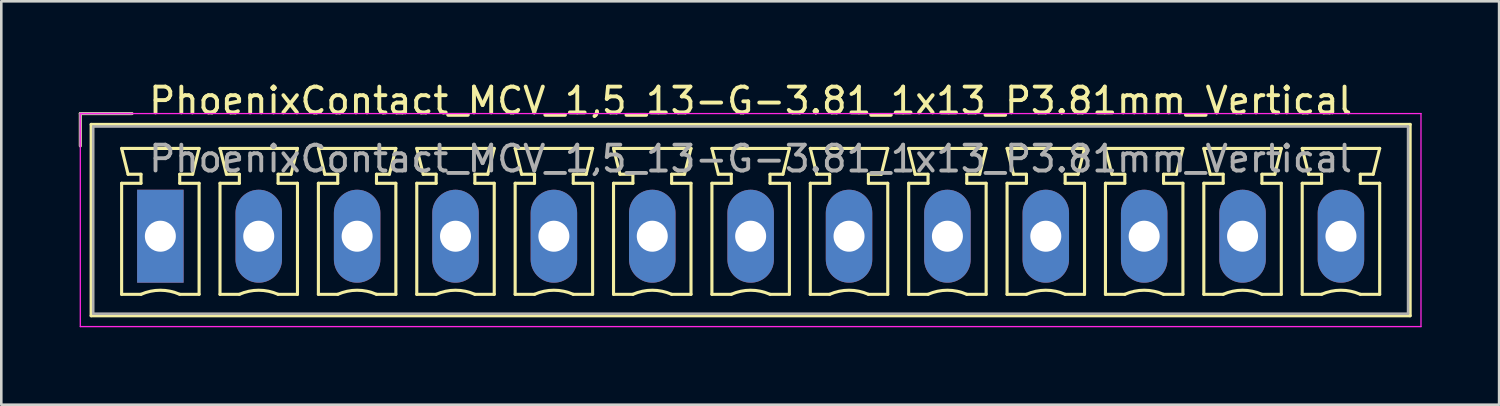
<source format=kicad_pcb>
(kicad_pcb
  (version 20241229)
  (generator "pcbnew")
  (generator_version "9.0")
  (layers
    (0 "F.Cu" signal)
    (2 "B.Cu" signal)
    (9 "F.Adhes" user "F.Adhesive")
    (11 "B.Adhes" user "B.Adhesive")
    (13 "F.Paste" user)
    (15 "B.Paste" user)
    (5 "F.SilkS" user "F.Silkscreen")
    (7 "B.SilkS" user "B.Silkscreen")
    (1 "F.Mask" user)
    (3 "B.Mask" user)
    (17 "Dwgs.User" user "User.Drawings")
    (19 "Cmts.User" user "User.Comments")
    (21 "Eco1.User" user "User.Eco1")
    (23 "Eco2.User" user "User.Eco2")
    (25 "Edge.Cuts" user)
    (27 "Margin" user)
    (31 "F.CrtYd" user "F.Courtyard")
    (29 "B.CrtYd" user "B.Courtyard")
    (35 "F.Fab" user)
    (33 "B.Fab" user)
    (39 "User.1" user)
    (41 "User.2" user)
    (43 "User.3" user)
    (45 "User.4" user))
  (footprint "PhoenixContact_MCV_1,5_13-G-3.81_1x13_P3.81mm_Vertical"
    (layer "F.Cu")
    (at 3.16 6.098)
    (property "Reference" "PhoenixContact_MCV_1,5_13-G-3.81_1x13_P3.81mm_Vertical" (at 22.86 -5.25 0) (layer "F.SilkS") (effects (font (size 1 1) (thickness 0.15))))
    (attr through_hole)
    (fp_line (start -3.1 -4.75) (end -1.1 -4.75) (stroke (width 0.12) (type solid)) (layer "F.SilkS"))
    (fp_line (start -3.1 -3.5) (end -3.1 -4.75) (stroke (width 0.12) (type solid)) (layer "F.SilkS"))
    (fp_line (start -2.68 -4.33) (end -2.68 3.08) (stroke (width 0.12) (type solid)) (layer "F.SilkS"))
    (fp_line (start -2.68 3.08) (end 48.4 3.08) (stroke (width 0.12) (type solid)) (layer "F.SilkS"))
    (fp_line (start -1.5 -3.4) (end 1.5 -3.4) (stroke (width 0.12) (type solid)) (layer "F.SilkS"))
    (fp_line (start -1.5 -2.05) (end -0.75 -2.05) (stroke (width 0.12) (type solid)) (layer "F.SilkS"))
    (fp_line (start -1.5 2.25) (end -1.5 -2.05) (stroke (width 0.12) (type solid)) (layer "F.SilkS"))
    (fp_line (start -1.25 -2.4) (end -1.5 -3.4) (stroke (width 0.12) (type solid)) (layer "F.SilkS"))
    (fp_line (start -0.75 -2.4) (end -1.25 -2.4) (stroke (width 0.12) (type solid)) (layer "F.SilkS"))
    (fp_line (start -0.75 -2.05) (end -0.75 -2.4) (stroke (width 0.12) (type solid)) (layer "F.SilkS"))
    (fp_line (start -0.75 2.25) (end -1.5 2.25) (stroke (width 0.12) (type solid)) (layer "F.SilkS"))
    (fp_line (start 0.75 -2.4) (end 0.75 -2.05) (stroke (width 0.12) (type solid)) (layer "F.SilkS"))
    (fp_line (start 0.75 -2.05) (end 1.5 -2.05) (stroke (width 0.12) (type solid)) (layer "F.SilkS"))
    (fp_line (start 1.25 -2.4) (end 0.75 -2.4) (stroke (width 0.12) (type solid)) (layer "F.SilkS"))
    (fp_line (start 1.5 -3.4) (end 1.25 -2.4) (stroke (width 0.12) (type solid)) (layer "F.SilkS"))
    (fp_line (start 1.5 -2.05) (end 1.5 2.25) (stroke (width 0.12) (type solid)) (layer "F.SilkS"))
    (fp_line (start 1.5 2.25) (end 0.75 2.25) (stroke (width 0.12) (type solid)) (layer "F.SilkS"))
    (fp_line (start 2.31 -3.4) (end 5.31 -3.4) (stroke (width 0.12) (type solid)) (layer "F.SilkS"))
    (fp_line (start 2.31 -2.05) (end 3.06 -2.05) (stroke (width 0.12) (type solid)) (layer "F.SilkS"))
    (fp_line (start 2.31 2.25) (end 2.31 -2.05) (stroke (width 0.12) (type solid)) (layer "F.SilkS"))
    (fp_line (start 2.56 -2.4) (end 2.31 -3.4) (stroke (width 0.12) (type solid)) (layer "F.SilkS"))
    (fp_line (start 3.06 -2.4) (end 2.56 -2.4) (stroke (width 0.12) (type solid)) (layer "F.SilkS"))
    (fp_line (start 3.06 -2.05) (end 3.06 -2.4) (stroke (width 0.12) (type solid)) (layer "F.SilkS"))
    (fp_line (start 3.06 2.25) (end 2.31 2.25) (stroke (width 0.12) (type solid)) (layer "F.SilkS"))
    (fp_line (start 4.56 -2.4) (end 4.56 -2.05) (stroke (width 0.12) (type solid)) (layer "F.SilkS"))
    (fp_line (start 4.56 -2.05) (end 5.31 -2.05) (stroke (width 0.12) (type solid)) (layer "F.SilkS"))
    (fp_line (start 5.06 -2.4) (end 4.56 -2.4) (stroke (width 0.12) (type solid)) (layer "F.SilkS"))
    (fp_line (start 5.31 -3.4) (end 5.06 -2.4) (stroke (width 0.12) (type solid)) (layer "F.SilkS"))
    (fp_line (start 5.31 -2.05) (end 5.31 2.25) (stroke (width 0.12) (type solid)) (layer "F.SilkS"))
    (fp_line (start 5.31 2.25) (end 4.56 2.25) (stroke (width 0.12) (type solid)) (layer "F.SilkS"))
    (fp_line (start 6.12 -3.4) (end 9.12 -3.4) (stroke (width 0.12) (type solid)) (layer "F.SilkS"))
    (fp_line (start 6.12 -2.05) (end 6.87 -2.05) (stroke (width 0.12) (type solid)) (layer "F.SilkS"))
    (fp_line (start 6.12 2.25) (end 6.12 -2.05) (stroke (width 0.12) (type solid)) (layer "F.SilkS"))
    (fp_line (start 6.37 -2.4) (end 6.12 -3.4) (stroke (width 0.12) (type solid)) (layer "F.SilkS"))
    (fp_line (start 6.87 -2.4) (end 6.37 -2.4) (stroke (width 0.12) (type solid)) (layer "F.SilkS"))
    (fp_line (start 6.87 -2.05) (end 6.87 -2.4) (stroke (width 0.12) (type solid)) (layer "F.SilkS"))
    (fp_line (start 6.87 2.25) (end 6.12 2.25) (stroke (width 0.12) (type solid)) (layer "F.SilkS"))
    (fp_line (start 8.37 -2.4) (end 8.37 -2.05) (stroke (width 0.12) (type solid)) (layer "F.SilkS"))
    (fp_line (start 8.37 -2.05) (end 9.12 -2.05) (stroke (width 0.12) (type solid)) (layer "F.SilkS"))
    (fp_line (start 8.87 -2.4) (end 8.37 -2.4) (stroke (width 0.12) (type solid)) (layer "F.SilkS"))
    (fp_line (start 9.12 -3.4) (end 8.87 -2.4) (stroke (width 0.12) (type solid)) (layer "F.SilkS"))
    (fp_line (start 9.12 -2.05) (end 9.12 2.25) (stroke (width 0.12) (type solid)) (layer "F.SilkS"))
    (fp_line (start 9.12 2.25) (end 8.37 2.25) (stroke (width 0.12) (type solid)) (layer "F.SilkS"))
    (fp_line (start 9.93 -3.4) (end 12.93 -3.4) (stroke (width 0.12) (type solid)) (layer "F.SilkS"))
    (fp_line (start 9.93 -2.05) (end 10.68 -2.05) (stroke (width 0.12) (type solid)) (layer "F.SilkS"))
    (fp_line (start 9.93 2.25) (end 9.93 -2.05) (stroke (width 0.12) (type solid)) (layer "F.SilkS"))
    (fp_line (start 10.18 -2.4) (end 9.93 -3.4) (stroke (width 0.12) (type solid)) (layer "F.SilkS"))
    (fp_line (start 10.68 -2.4) (end 10.18 -2.4) (stroke (width 0.12) (type solid)) (layer "F.SilkS"))
    (fp_line (start 10.68 -2.05) (end 10.68 -2.4) (stroke (width 0.12) (type solid)) (layer "F.SilkS"))
    (fp_line (start 10.68 2.25) (end 9.93 2.25) (stroke (width 0.12) (type solid)) (layer "F.SilkS"))
    (fp_line (start 12.18 -2.4) (end 12.18 -2.05) (stroke (width 0.12) (type solid)) (layer "F.SilkS"))
    (fp_line (start 12.18 -2.05) (end 12.93 -2.05) (stroke (width 0.12) (type solid)) (layer "F.SilkS"))
    (fp_line (start 12.68 -2.4) (end 12.18 -2.4) (stroke (width 0.12) (type solid)) (layer "F.SilkS"))
    (fp_line (start 12.93 -3.4) (end 12.68 -2.4) (stroke (width 0.12) (type solid)) (layer "F.SilkS"))
    (fp_line (start 12.93 -2.05) (end 12.93 2.25) (stroke (width 0.12) (type solid)) (layer "F.SilkS"))
    (fp_line (start 12.93 2.25) (end 12.18 2.25) (stroke (width 0.12) (type solid)) (layer "F.SilkS"))
    (fp_line (start 13.74 -3.4) (end 16.74 -3.4) (stroke (width 0.12) (type solid)) (layer "F.SilkS"))
    (fp_line (start 13.74 -2.05) (end 14.49 -2.05) (stroke (width 0.12) (type solid)) (layer "F.SilkS"))
    (fp_line (start 13.74 2.25) (end 13.74 -2.05) (stroke (width 0.12) (type solid)) (layer "F.SilkS"))
    (fp_line (start 13.99 -2.4) (end 13.74 -3.4) (stroke (width 0.12) (type solid)) (layer "F.SilkS"))
    (fp_line (start 14.49 -2.4) (end 13.99 -2.4) (stroke (width 0.12) (type solid)) (layer "F.SilkS"))
    (fp_line (start 14.49 -2.05) (end 14.49 -2.4) (stroke (width 0.12) (type solid)) (layer "F.SilkS"))
    (fp_line (start 14.49 2.25) (end 13.74 2.25) (stroke (width 0.12) (type solid)) (layer "F.SilkS"))
    (fp_line (start 15.99 -2.4) (end 15.99 -2.05) (stroke (width 0.12) (type solid)) (layer "F.SilkS"))
    (fp_line (start 15.99 -2.05) (end 16.74 -2.05) (stroke (width 0.12) (type solid)) (layer "F.SilkS"))
    (fp_line (start 16.49 -2.4) (end 15.99 -2.4) (stroke (width 0.12) (type solid)) (layer "F.SilkS"))
    (fp_line (start 16.74 -3.4) (end 16.49 -2.4) (stroke (width 0.12) (type solid)) (layer "F.SilkS"))
    (fp_line (start 16.74 -2.05) (end 16.74 2.25) (stroke (width 0.12) (type solid)) (layer "F.SilkS"))
    (fp_line (start 16.74 2.25) (end 15.99 2.25) (stroke (width 0.12) (type solid)) (layer "F.SilkS"))
    (fp_line (start 17.55 -3.4) (end 20.55 -3.4) (stroke (width 0.12) (type solid)) (layer "F.SilkS"))
    (fp_line (start 17.55 -2.05) (end 18.3 -2.05) (stroke (width 0.12) (type solid)) (layer "F.SilkS"))
    (fp_line (start 17.55 2.25) (end 17.55 -2.05) (stroke (width 0.12) (type solid)) (layer "F.SilkS"))
    (fp_line (start 17.8 -2.4) (end 17.55 -3.4) (stroke (width 0.12) (type solid)) (layer "F.SilkS"))
    (fp_line (start 18.3 -2.4) (end 17.8 -2.4) (stroke (width 0.12) (type solid)) (layer "F.SilkS"))
    (fp_line (start 18.3 -2.05) (end 18.3 -2.4) (stroke (width 0.12) (type solid)) (layer "F.SilkS"))
    (fp_line (start 18.3 2.25) (end 17.55 2.25) (stroke (width 0.12) (type solid)) (layer "F.SilkS"))
    (fp_line (start 19.8 -2.4) (end 19.8 -2.05) (stroke (width 0.12) (type solid)) (layer "F.SilkS"))
    (fp_line (start 19.8 -2.05) (end 20.55 -2.05) (stroke (width 0.12) (type solid)) (layer "F.SilkS"))
    (fp_line (start 20.3 -2.4) (end 19.8 -2.4) (stroke (width 0.12) (type solid)) (layer "F.SilkS"))
    (fp_line (start 20.55 -3.4) (end 20.3 -2.4) (stroke (width 0.12) (type solid)) (layer "F.SilkS"))
    (fp_line (start 20.55 -2.05) (end 20.55 2.25) (stroke (width 0.12) (type solid)) (layer "F.SilkS"))
    (fp_line (start 20.55 2.25) (end 19.8 2.25) (stroke (width 0.12) (type solid)) (layer "F.SilkS"))
    (fp_line (start 21.36 -3.4) (end 24.36 -3.4) (stroke (width 0.12) (type solid)) (layer "F.SilkS"))
    (fp_line (start 21.36 -2.05) (end 22.11 -2.05) (stroke (width 0.12) (type solid)) (layer "F.SilkS"))
    (fp_line (start 21.36 2.25) (end 21.36 -2.05) (stroke (width 0.12) (type solid)) (layer "F.SilkS"))
    (fp_line (start 21.61 -2.4) (end 21.36 -3.4) (stroke (width 0.12) (type solid)) (layer "F.SilkS"))
    (fp_line (start 22.11 -2.4) (end 21.61 -2.4) (stroke (width 0.12) (type solid)) (layer "F.SilkS"))
    (fp_line (start 22.11 -2.05) (end 22.11 -2.4) (stroke (width 0.12) (type solid)) (layer "F.SilkS"))
    (fp_line (start 22.11 2.25) (end 21.36 2.25) (stroke (width 0.12) (type solid)) (layer "F.SilkS"))
    (fp_line (start 23.61 -2.4) (end 23.61 -2.05) (stroke (width 0.12) (type solid)) (layer "F.SilkS"))
    (fp_line (start 23.61 -2.05) (end 24.36 -2.05) (stroke (width 0.12) (type solid)) (layer "F.SilkS"))
    (fp_line (start 24.11 -2.4) (end 23.61 -2.4) (stroke (width 0.12) (type solid)) (layer "F.SilkS"))
    (fp_line (start 24.36 -3.4) (end 24.11 -2.4) (stroke (width 0.12) (type solid)) (layer "F.SilkS"))
    (fp_line (start 24.36 -2.05) (end 24.36 2.25) (stroke (width 0.12) (type solid)) (layer "F.SilkS"))
    (fp_line (start 24.36 2.25) (end 23.61 2.25) (stroke (width 0.12) (type solid)) (layer "F.SilkS"))
    (fp_line (start 25.17 -3.4) (end 28.17 -3.4) (stroke (width 0.12) (type solid)) (layer "F.SilkS"))
    (fp_line (start 25.17 -2.05) (end 25.92 -2.05) (stroke (width 0.12) (type solid)) (layer "F.SilkS"))
    (fp_line (start 25.17 2.25) (end 25.17 -2.05) (stroke (width 0.12) (type solid)) (layer "F.SilkS"))
    (fp_line (start 25.42 -2.4) (end 25.17 -3.4) (stroke (width 0.12) (type solid)) (layer "F.SilkS"))
    (fp_line (start 25.92 -2.4) (end 25.42 -2.4) (stroke (width 0.12) (type solid)) (layer "F.SilkS"))
    (fp_line (start 25.92 -2.05) (end 25.92 -2.4) (stroke (width 0.12) (type solid)) (layer "F.SilkS"))
    (fp_line (start 25.92 2.25) (end 25.17 2.25) (stroke (width 0.12) (type solid)) (layer "F.SilkS"))
    (fp_line (start 27.42 -2.4) (end 27.42 -2.05) (stroke (width 0.12) (type solid)) (layer "F.SilkS"))
    (fp_line (start 27.42 -2.05) (end 28.17 -2.05) (stroke (width 0.12) (type solid)) (layer "F.SilkS"))
    (fp_line (start 27.92 -2.4) (end 27.42 -2.4) (stroke (width 0.12) (type solid)) (layer "F.SilkS"))
    (fp_line (start 28.17 -3.4) (end 27.92 -2.4) (stroke (width 0.12) (type solid)) (layer "F.SilkS"))
    (fp_line (start 28.17 -2.05) (end 28.17 2.25) (stroke (width 0.12) (type solid)) (layer "F.SilkS"))
    (fp_line (start 28.17 2.25) (end 27.42 2.25) (stroke (width 0.12) (type solid)) (layer "F.SilkS"))
    (fp_line (start 28.98 -3.4) (end 31.98 -3.4) (stroke (width 0.12) (type solid)) (layer "F.SilkS"))
    (fp_line (start 28.98 -2.05) (end 29.73 -2.05) (stroke (width 0.12) (type solid)) (layer "F.SilkS"))
    (fp_line (start 28.98 2.25) (end 28.98 -2.05) (stroke (width 0.12) (type solid)) (layer "F.SilkS"))
    (fp_line (start 29.23 -2.4) (end 28.98 -3.4) (stroke (width 0.12) (type solid)) (layer "F.SilkS"))
    (fp_line (start 29.73 -2.4) (end 29.23 -2.4) (stroke (width 0.12) (type solid)) (layer "F.SilkS"))
    (fp_line (start 29.73 -2.05) (end 29.73 -2.4) (stroke (width 0.12) (type solid)) (layer "F.SilkS"))
    (fp_line (start 29.73 2.25) (end 28.98 2.25) (stroke (width 0.12) (type solid)) (layer "F.SilkS"))
    (fp_line (start 31.23 -2.4) (end 31.23 -2.05) (stroke (width 0.12) (type solid)) (layer "F.SilkS"))
    (fp_line (start 31.23 -2.05) (end 31.98 -2.05) (stroke (width 0.12) (type solid)) (layer "F.SilkS"))
    (fp_line (start 31.73 -2.4) (end 31.23 -2.4) (stroke (width 0.12) (type solid)) (layer "F.SilkS"))
    (fp_line (start 31.98 -3.4) (end 31.73 -2.4) (stroke (width 0.12) (type solid)) (layer "F.SilkS"))
    (fp_line (start 31.98 -2.05) (end 31.98 2.25) (stroke (width 0.12) (type solid)) (layer "F.SilkS"))
    (fp_line (start 31.98 2.25) (end 31.23 2.25) (stroke (width 0.12) (type solid)) (layer "F.SilkS"))
    (fp_line (start 32.79 -3.4) (end 35.79 -3.4) (stroke (width 0.12) (type solid)) (layer "F.SilkS"))
    (fp_line (start 32.79 -2.05) (end 33.54 -2.05) (stroke (width 0.12) (type solid)) (layer "F.SilkS"))
    (fp_line (start 32.79 2.25) (end 32.79 -2.05) (stroke (width 0.12) (type solid)) (layer "F.SilkS"))
    (fp_line (start 33.04 -2.4) (end 32.79 -3.4) (stroke (width 0.12) (type solid)) (layer "F.SilkS"))
    (fp_line (start 33.54 -2.4) (end 33.04 -2.4) (stroke (width 0.12) (type solid)) (layer "F.SilkS"))
    (fp_line (start 33.54 -2.05) (end 33.54 -2.4) (stroke (width 0.12) (type solid)) (layer "F.SilkS"))
    (fp_line (start 33.54 2.25) (end 32.79 2.25) (stroke (width 0.12) (type solid)) (layer "F.SilkS"))
    (fp_line (start 35.04 -2.4) (end 35.04 -2.05) (stroke (width 0.12) (type solid)) (layer "F.SilkS"))
    (fp_line (start 35.04 -2.05) (end 35.79 -2.05) (stroke (width 0.12) (type solid)) (layer "F.SilkS"))
    (fp_line (start 35.54 -2.4) (end 35.04 -2.4) (stroke (width 0.12) (type solid)) (layer "F.SilkS"))
    (fp_line (start 35.79 -3.4) (end 35.54 -2.4) (stroke (width 0.12) (type solid)) (layer "F.SilkS"))
    (fp_line (start 35.79 -2.05) (end 35.79 2.25) (stroke (width 0.12) (type solid)) (layer "F.SilkS"))
    (fp_line (start 35.79 2.25) (end 35.04 2.25) (stroke (width 0.12) (type solid)) (layer "F.SilkS"))
    (fp_line (start 36.6 -3.4) (end 39.6 -3.4) (stroke (width 0.12) (type solid)) (layer "F.SilkS"))
    (fp_line (start 36.6 -2.05) (end 37.35 -2.05) (stroke (width 0.12) (type solid)) (layer "F.SilkS"))
    (fp_line (start 36.6 2.25) (end 36.6 -2.05) (stroke (width 0.12) (type solid)) (layer "F.SilkS"))
    (fp_line (start 36.85 -2.4) (end 36.6 -3.4) (stroke (width 0.12) (type solid)) (layer "F.SilkS"))
    (fp_line (start 37.35 -2.4) (end 36.85 -2.4) (stroke (width 0.12) (type solid)) (layer "F.SilkS"))
    (fp_line (start 37.35 -2.05) (end 37.35 -2.4) (stroke (width 0.12) (type solid)) (layer "F.SilkS"))
    (fp_line (start 37.35 2.25) (end 36.6 2.25) (stroke (width 0.12) (type solid)) (layer "F.SilkS"))
    (fp_line (start 38.85 -2.4) (end 38.85 -2.05) (stroke (width 0.12) (type solid)) (layer "F.SilkS"))
    (fp_line (start 38.85 -2.05) (end 39.6 -2.05) (stroke (width 0.12) (type solid)) (layer "F.SilkS"))
    (fp_line (start 39.35 -2.4) (end 38.85 -2.4) (stroke (width 0.12) (type solid)) (layer "F.SilkS"))
    (fp_line (start 39.6 -3.4) (end 39.35 -2.4) (stroke (width 0.12) (type solid)) (layer "F.SilkS"))
    (fp_line (start 39.6 -2.05) (end 39.6 2.25) (stroke (width 0.12) (type solid)) (layer "F.SilkS"))
    (fp_line (start 39.6 2.25) (end 38.85 2.25) (stroke (width 0.12) (type solid)) (layer "F.SilkS"))
    (fp_line (start 40.41 -3.4) (end 43.41 -3.4) (stroke (width 0.12) (type solid)) (layer "F.SilkS"))
    (fp_line (start 40.41 -2.05) (end 41.16 -2.05) (stroke (width 0.12) (type solid)) (layer "F.SilkS"))
    (fp_line (start 40.41 2.25) (end 40.41 -2.05) (stroke (width 0.12) (type solid)) (layer "F.SilkS"))
    (fp_line (start 40.66 -2.4) (end 40.41 -3.4) (stroke (width 0.12) (type solid)) (layer "F.SilkS"))
    (fp_line (start 41.16 -2.4) (end 40.66 -2.4) (stroke (width 0.12) (type solid)) (layer "F.SilkS"))
    (fp_line (start 41.16 -2.05) (end 41.16 -2.4) (stroke (width 0.12) (type solid)) (layer "F.SilkS"))
    (fp_line (start 41.16 2.25) (end 40.41 2.25) (stroke (width 0.12) (type solid)) (layer "F.SilkS"))
    (fp_line (start 42.66 -2.4) (end 42.66 -2.05) (stroke (width 0.12) (type solid)) (layer "F.SilkS"))
    (fp_line (start 42.66 -2.05) (end 43.41 -2.05) (stroke (width 0.12) (type solid)) (layer "F.SilkS"))
    (fp_line (start 43.16 -2.4) (end 42.66 -2.4) (stroke (width 0.12) (type solid)) (layer "F.SilkS"))
    (fp_line (start 43.41 -3.4) (end 43.16 -2.4) (stroke (width 0.12) (type solid)) (layer "F.SilkS"))
    (fp_line (start 43.41 -2.05) (end 43.41 2.25) (stroke (width 0.12) (type solid)) (layer "F.SilkS"))
    (fp_line (start 43.41 2.25) (end 42.66 2.25) (stroke (width 0.12) (type solid)) (layer "F.SilkS"))
    (fp_line (start 44.22 -3.4) (end 47.22 -3.4) (stroke (width 0.12) (type solid)) (layer "F.SilkS"))
    (fp_line (start 44.22 -2.05) (end 44.97 -2.05) (stroke (width 0.12) (type solid)) (layer "F.SilkS"))
    (fp_line (start 44.22 2.25) (end 44.22 -2.05) (stroke (width 0.12) (type solid)) (layer "F.SilkS"))
    (fp_line (start 44.47 -2.4) (end 44.22 -3.4) (stroke (width 0.12) (type solid)) (layer "F.SilkS"))
    (fp_line (start 44.97 -2.4) (end 44.47 -2.4) (stroke (width 0.12) (type solid)) (layer "F.SilkS"))
    (fp_line (start 44.97 -2.05) (end 44.97 -2.4) (stroke (width 0.12) (type solid)) (layer "F.SilkS"))
    (fp_line (start 44.97 2.25) (end 44.22 2.25) (stroke (width 0.12) (type solid)) (layer "F.SilkS"))
    (fp_line (start 46.47 -2.4) (end 46.47 -2.05) (stroke (width 0.12) (type solid)) (layer "F.SilkS"))
    (fp_line (start 46.47 -2.05) (end 47.22 -2.05) (stroke (width 0.12) (type solid)) (layer "F.SilkS"))
    (fp_line (start 46.97 -2.4) (end 46.47 -2.4) (stroke (width 0.12) (type solid)) (layer "F.SilkS"))
    (fp_line (start 47.22 -3.4) (end 46.97 -2.4) (stroke (width 0.12) (type solid)) (layer "F.SilkS"))
    (fp_line (start 47.22 -2.05) (end 47.22 2.25) (stroke (width 0.12) (type solid)) (layer "F.SilkS"))
    (fp_line (start 47.22 2.25) (end 46.47 2.25) (stroke (width 0.12) (type solid)) (layer "F.SilkS"))
    (fp_line (start 48.4 -4.33) (end -2.68 -4.33) (stroke (width 0.12) (type solid)) (layer "F.SilkS"))
    (fp_line (start 48.4 3.08) (end 48.4 -4.33) (stroke (width 0.12) (type solid)) (layer "F.SilkS"))
    (fp_arc (start -0.75 2.25) (mid -0.000193 2.09191) (end 0.749647 2.249844) (stroke (width 0.12) (type solid)) (layer "F.SilkS"))
    (fp_arc (start 3.06 2.25) (mid 3.809807 2.09191) (end 4.559647 2.249844) (stroke (width 0.12) (type solid)) (layer "F.SilkS"))
    (fp_arc (start 6.87 2.25) (mid 7.619807 2.09191) (end 8.369647 2.249844) (stroke (width 0.12) (type solid)) (layer "F.SilkS"))
    (fp_arc (start 10.68 2.25) (mid 11.429807 2.09191) (end 12.179647 2.249844) (stroke (width 0.12) (type solid)) (layer "F.SilkS"))
    (fp_arc (start 14.49 2.25) (mid 15.239807 2.09191) (end 15.989647 2.249844) (stroke (width 0.12) (type solid)) (layer "F.SilkS"))
    (fp_arc (start 18.3 2.25) (mid 19.049807 2.09191) (end 19.799647 2.249844) (stroke (width 0.12) (type solid)) (layer "F.SilkS"))
    (fp_arc (start 22.11 2.25) (mid 22.859807 2.09191) (end 23.609647 2.249844) (stroke (width 0.12) (type solid)) (layer "F.SilkS"))
    (fp_arc (start 25.92 2.25) (mid 26.669807 2.09191) (end 27.419647 2.249844) (stroke (width 0.12) (type solid)) (layer "F.SilkS"))
    (fp_arc (start 29.73 2.25) (mid 30.479807 2.09191) (end 31.229647 2.249844) (stroke (width 0.12) (type solid)) (layer "F.SilkS"))
    (fp_arc (start 33.54 2.25) (mid 34.289807 2.09191) (end 35.039647 2.249844) (stroke (width 0.12) (type solid)) (layer "F.SilkS"))
    (fp_arc (start 37.35 2.25) (mid 38.099807 2.09191) (end 38.849647 2.249844) (stroke (width 0.12) (type solid)) (layer "F.SilkS"))
    (fp_arc (start 41.16 2.25) (mid 41.909807 2.09191) (end 42.659647 2.249844) (stroke (width 0.12) (type solid)) (layer "F.SilkS"))
    (fp_arc (start 44.97 2.25) (mid 45.719807 2.09191) (end 46.469647 2.249844) (stroke (width 0.12) (type solid)) (layer "F.SilkS"))
    (fp_line (start -3.1 -4.75) (end -3.1 3.5) (stroke (width 0.05) (type solid)) (layer "F.CrtYd"))
    (fp_line (start -3.1 3.5) (end 48.82 3.5) (stroke (width 0.05) (type solid)) (layer "F.CrtYd"))
    (fp_line (start 48.82 -4.75) (end -3.1 -4.75) (stroke (width 0.05) (type solid)) (layer "F.CrtYd"))
    (fp_line (start 48.82 3.5) (end 48.82 -4.75) (stroke (width 0.05) (type solid)) (layer "F.CrtYd"))
    (fp_line (start -3.1 -4.75) (end -1.1 -4.75) (stroke (width 0.1) (type solid)) (layer "F.Fab"))
    (fp_line (start -3.1 -3.5) (end -3.1 -4.75) (stroke (width 0.1) (type solid)) (layer "F.Fab"))
    (fp_line (start -2.6 -4.25) (end -2.6 3) (stroke (width 0.1) (type solid)) (layer "F.Fab"))
    (fp_line (start -2.6 3) (end 48.32 3) (stroke (width 0.1) (type solid)) (layer "F.Fab"))
    (fp_line (start 48.32 -4.25) (end -2.6 -4.25) (stroke (width 0.1) (type solid)) (layer "F.Fab"))
    (fp_line (start 48.32 3) (end 48.32 -4.25) (stroke (width 0.1) (type solid)) (layer "F.Fab"))
    (fp_text user "${REFERENCE}" (at 22.86 -3 0) (layer "F.Fab") (effects (font (size 1 1) (thickness 0.15))))
    (pad "1" thru_hole rect (at 0 0) (size 1.8 3.6) (drill 1.2) (layers "*.Cu" "*.Mask"))
    (pad "2" thru_hole oval (at 3.81 0) (size 1.8 3.6) (drill 1.2) (layers "*.Cu" "*.Mask"))
    (pad "3" thru_hole oval (at 7.62 0) (size 1.8 3.6) (drill 1.2) (layers "*.Cu" "*.Mask"))
    (pad "4" thru_hole oval (at 11.43 0) (size 1.8 3.6) (drill 1.2) (layers "*.Cu" "*.Mask"))
    (pad "5" thru_hole oval (at 15.24 0) (size 1.8 3.6) (drill 1.2) (layers "*.Cu" "*.Mask"))
    (pad "6" thru_hole oval (at 19.05 0) (size 1.8 3.6) (drill 1.2) (layers "*.Cu" "*.Mask"))
    (pad "7" thru_hole oval (at 22.86 0) (size 1.8 3.6) (drill 1.2) (layers "*.Cu" "*.Mask"))
    (pad "8" thru_hole oval (at 26.67 0) (size 1.8 3.6) (drill 1.2) (layers "*.Cu" "*.Mask"))
    (pad "9" thru_hole oval (at 30.48 0) (size 1.8 3.6) (drill 1.2) (layers "*.Cu" "*.Mask"))
    (pad "10" thru_hole oval (at 34.29 0) (size 1.8 3.6) (drill 1.2) (layers "*.Cu" "*.Mask"))
    (pad "11" thru_hole oval (at 38.1 0) (size 1.8 3.6) (drill 1.2) (layers "*.Cu" "*.Mask"))
    (pad "12" thru_hole oval (at 41.91 0) (size 1.8 3.6) (drill 1.2) (layers "*.Cu" "*.Mask"))
    (pad "13" thru_hole oval (at 45.72 0) (size 1.8 3.6) (drill 1.2) (layers "*.Cu" "*.Mask")))
  (gr_rect
    (start -3 -3)
    (end 55.005 12.623)
    (stroke (width 0.1) (type default))
    (fill no)
    (layer "Edge.Cuts")))
</source>
